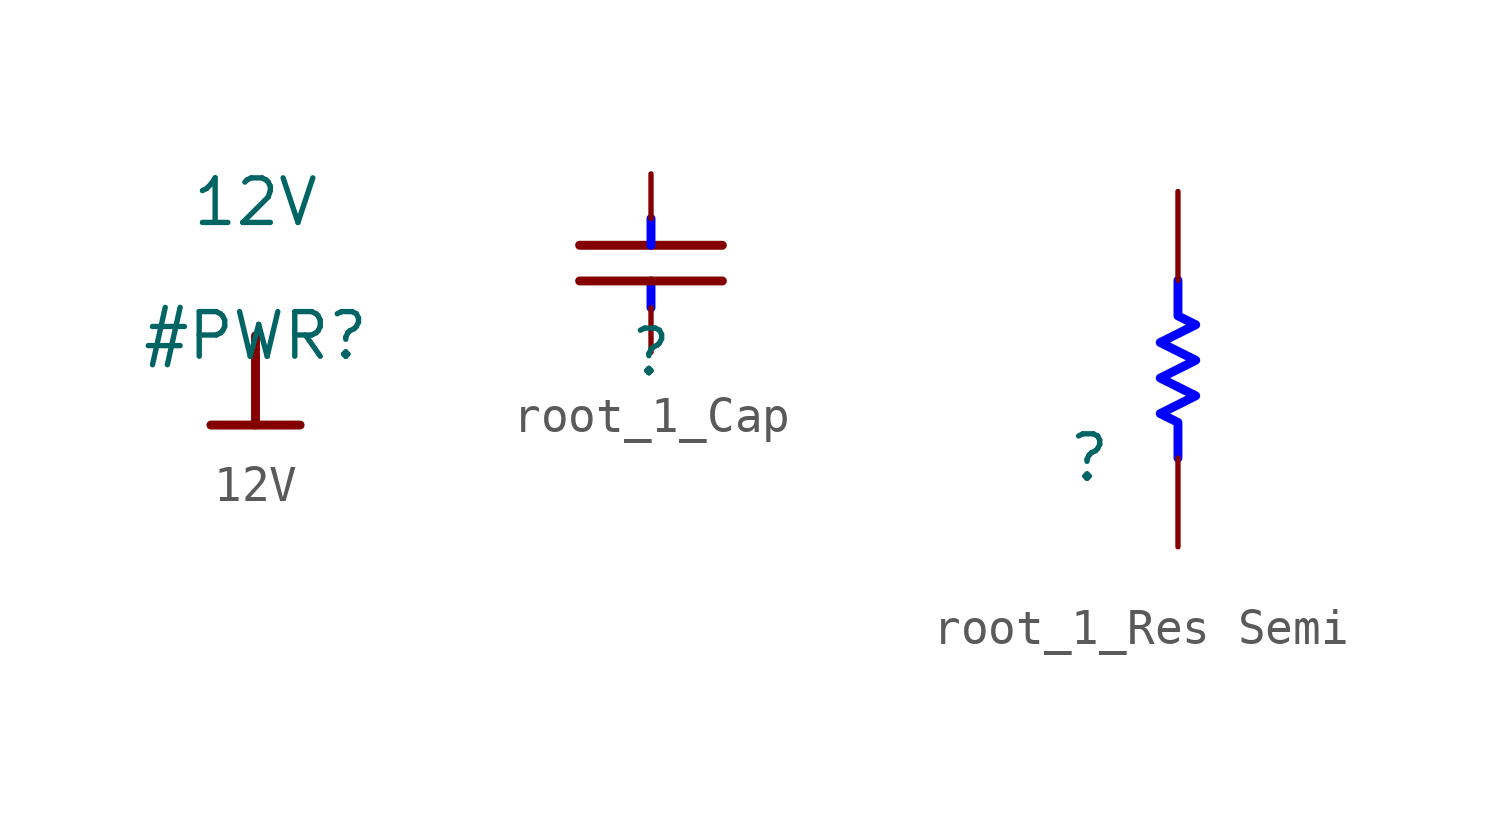
<source format=kicad_sym>
(kicad_symbol_lib
  (version 20220914)
  (generator kicad_symbol_editor)
  (symbol "12V"
    (power)
    (property "Reference" "#PWR"
      (at 0 0 0)
      (effects (font (size 1.27 1.27))))
    (property "Value" "12V"
      (at 0 3.81 0)
      (effects (font (size 1.27 1.27))))
    (symbol "12V_0_0"
      (polyline (pts (xy -1.27 -2.54) (xy 1.27 -2.54)) (stroke (width 0.254) (type solid)) (fill (type none)))
      (polyline (pts (xy 0 0) (xy 0 -2.54)) (stroke (width 0.254) (type solid)) (fill (type none)))
      (pin power_in line (at 0 0 0) (length 0) hide (name "12V" (effects (font (size 1.27 1.27)))) (number "" (effects (font (size 1.27 1.27)))))))
  (symbol "root_1_Cap"
    (property "Reference" ""
      (at 0 0 0)
      (effects (font (size 1.27 1.27))))
    (property "Value" ""
      (at 0 0 0)
      (effects (font (size 1.27 1.27))))
    (symbol "root_1_Cap_1_0"
      (polyline (pts (xy -2.032 3.048) (xy 2.032 3.048)) (stroke (width 0.254) (type solid)) (fill (type none)))
      (polyline (pts (xy 0 1.27) (xy 0 2.032)) (stroke (width 0.254) (type solid) (color 0 0 255 1)) (fill (type none)))
      (polyline (pts (xy 0 3.81) (xy 0 3.048)) (stroke (width 0.254) (type solid) (color 0 0 255 1)) (fill (type none)))
      (polyline (pts (xy 2.032 2.032) (xy -2.032 2.032)) (stroke (width 0.254) (type solid)) (fill (type none)))
      (pin passive line (at 0 0 90) (length 1.27) (name "1" (effects (font (size 0 0)))) (number "1" (effects (font (size 0 0)))))
      (pin passive line (at 0 5.08 270) (length 1.27) (name "2" (effects (font (size 0 0)))) (number "2" (effects (font (size 0 0)))))))
  (symbol "root_1_Res Semi"
    (property "Reference" ""
      (at 0 0 0)
      (effects (font (size 1.27 1.27))))
    (property "Value" ""
      (at 0 0 0)
      (effects (font (size 1.27 1.27))))
    (symbol "root_1_Res Semi_1_0"
      (polyline (pts (xy 2.54 5.08) (xy 2.54 4.064) (xy 3.048 3.81) (xy 2.032 3.302) (xy 3.048 2.794) (xy 2.032 2.286) (xy 3.048 1.778) (xy 2.032 1.27) (xy 2.54 1.016) (xy 2.54 0)) (stroke (width 0.254) (type solid) (color 0 0 255 1)) (fill (type none)))
      (pin passive line (at 2.54 -2.54 90) (length 2.54) (name "1" (effects (font (size 0 0)))) (number "1" (effects (font (size 0 0)))))
      (pin passive line (at 2.54 7.62 270) (length 2.54) (name "2" (effects (font (size 0 0)))) (number "2" (effects (font (size 0 0))))))))
</source>
